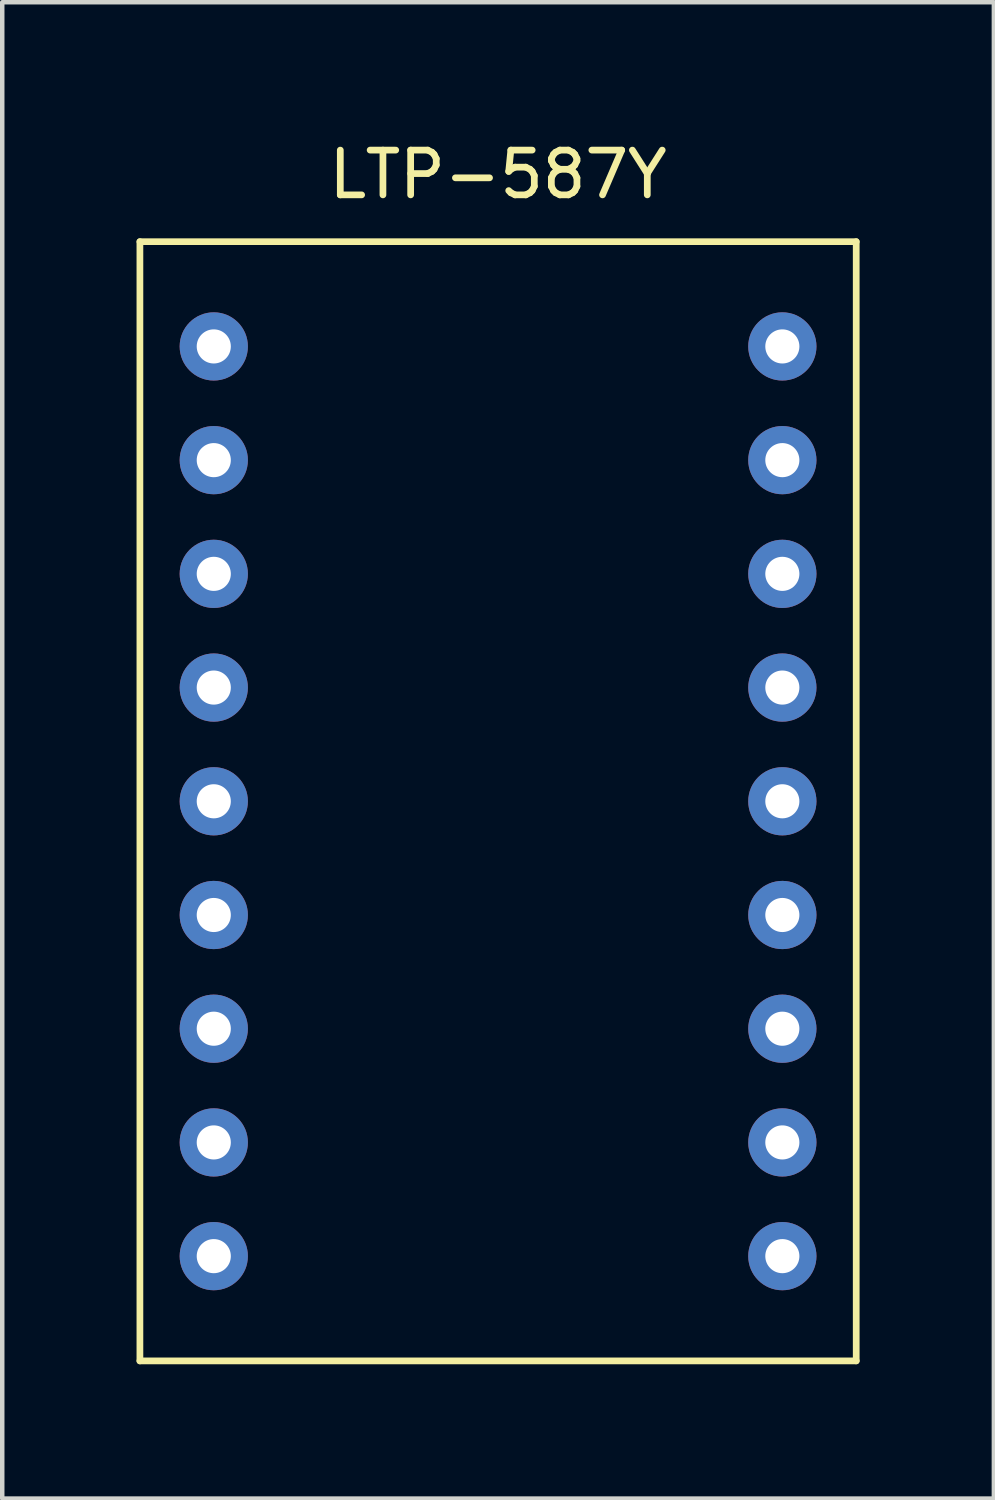
<source format=kicad_pcb>
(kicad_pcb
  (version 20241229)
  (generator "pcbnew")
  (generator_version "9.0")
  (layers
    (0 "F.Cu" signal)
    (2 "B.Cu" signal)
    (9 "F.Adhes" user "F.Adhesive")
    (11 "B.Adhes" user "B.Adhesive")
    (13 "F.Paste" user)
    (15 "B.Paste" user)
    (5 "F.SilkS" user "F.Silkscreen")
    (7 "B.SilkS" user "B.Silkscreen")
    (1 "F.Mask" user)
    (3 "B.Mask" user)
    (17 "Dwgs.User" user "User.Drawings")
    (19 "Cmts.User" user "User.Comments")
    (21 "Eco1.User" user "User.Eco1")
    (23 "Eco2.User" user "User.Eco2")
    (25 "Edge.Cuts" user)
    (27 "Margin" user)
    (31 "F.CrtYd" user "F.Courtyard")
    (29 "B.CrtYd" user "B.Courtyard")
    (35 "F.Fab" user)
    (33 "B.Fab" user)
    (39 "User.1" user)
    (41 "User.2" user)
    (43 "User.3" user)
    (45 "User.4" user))
  (footprint "LTP-587Y"
    (layer "F.Cu")
    (at 8.075 14.848)
    (property "Reference" "LTP-587Y" (at 0 -14 0) (layer "F.SilkS") (effects (font (size 1 1) (thickness 0.15))))
    (attr through_hole)
    (fp_line (start -8 -12.5) (end -8 12.5) (stroke (width 0.15) (type solid)) (layer "F.SilkS"))
    (fp_line (start -8 12.5) (end 8 12.5) (stroke (width 0.15) (type solid)) (layer "F.SilkS"))
    (fp_line (start 8 -12.5) (end -8 -12.5) (stroke (width 0.15) (type solid)) (layer "F.SilkS"))
    (fp_line (start 8 12.5) (end 8 -12.5) (stroke (width 0.15) (type solid)) (layer "F.SilkS"))
    (pad "1" thru_hole circle (at -6.35 -10.16) (size 1.524 1.524) (drill 0.762) (layers "*.Cu" "*.Mask"))
    (pad "2" thru_hole circle (at -6.35 -7.62) (size 1.524 1.524) (drill 0.762) (layers "*.Cu" "*.Mask"))
    (pad "3" thru_hole circle (at -6.35 -5.08) (size 1.524 1.524) (drill 0.762) (layers "*.Cu" "*.Mask"))
    (pad "4" thru_hole circle (at -6.35 -2.54) (size 1.524 1.524) (drill 0.762) (layers "*.Cu" "*.Mask"))
    (pad "5" thru_hole circle (at -6.35 0) (size 1.524 1.524) (drill 0.762) (layers "*.Cu" "*.Mask"))
    (pad "6" thru_hole circle (at -6.35 2.54) (size 1.524 1.524) (drill 0.762) (layers "*.Cu" "*.Mask"))
    (pad "7" thru_hole circle (at -6.35 5.08) (size 1.524 1.524) (drill 0.762) (layers "*.Cu" "*.Mask"))
    (pad "8" thru_hole circle (at -6.35 7.62) (size 1.524 1.524) (drill 0.762) (layers "*.Cu" "*.Mask"))
    (pad "9" thru_hole circle (at -6.35 10.16) (size 1.524 1.524) (drill 0.762) (layers "*.Cu" "*.Mask"))
    (pad "10" thru_hole circle (at 6.35 10.16) (size 1.524 1.524) (drill 0.762) (layers "*.Cu" "*.Mask"))
    (pad "11" thru_hole circle (at 6.35 7.62) (size 1.524 1.524) (drill 0.762) (layers "*.Cu" "*.Mask"))
    (pad "12" thru_hole circle (at 6.35 5.08) (size 1.524 1.524) (drill 0.762) (layers "*.Cu" "*.Mask"))
    (pad "13" thru_hole circle (at 6.35 2.54) (size 1.524 1.524) (drill 0.762) (layers "*.Cu" "*.Mask"))
    (pad "14" thru_hole circle (at 6.35 0) (size 1.524 1.524) (drill 0.762) (layers "*.Cu" "*.Mask"))
    (pad "15" thru_hole circle (at 6.35 -2.54) (size 1.524 1.524) (drill 0.762) (layers "*.Cu" "*.Mask"))
    (pad "16" thru_hole circle (at 6.35 -5.08) (size 1.524 1.524) (drill 0.762) (layers "*.Cu" "*.Mask"))
    (pad "17" thru_hole circle (at 6.35 -7.62) (size 1.524 1.524) (drill 0.762) (layers "*.Cu" "*.Mask"))
    (pad "18" thru_hole circle (at 6.35 -10.16) (size 1.524 1.524) (drill 0.762) (layers "*.Cu" "*.Mask")))
  (gr_rect
    (start -3 -3)
    (end 19.15 30.423)
    (stroke (width 0.1) (type default))
    (fill no)
    (layer "Edge.Cuts")))
</source>
